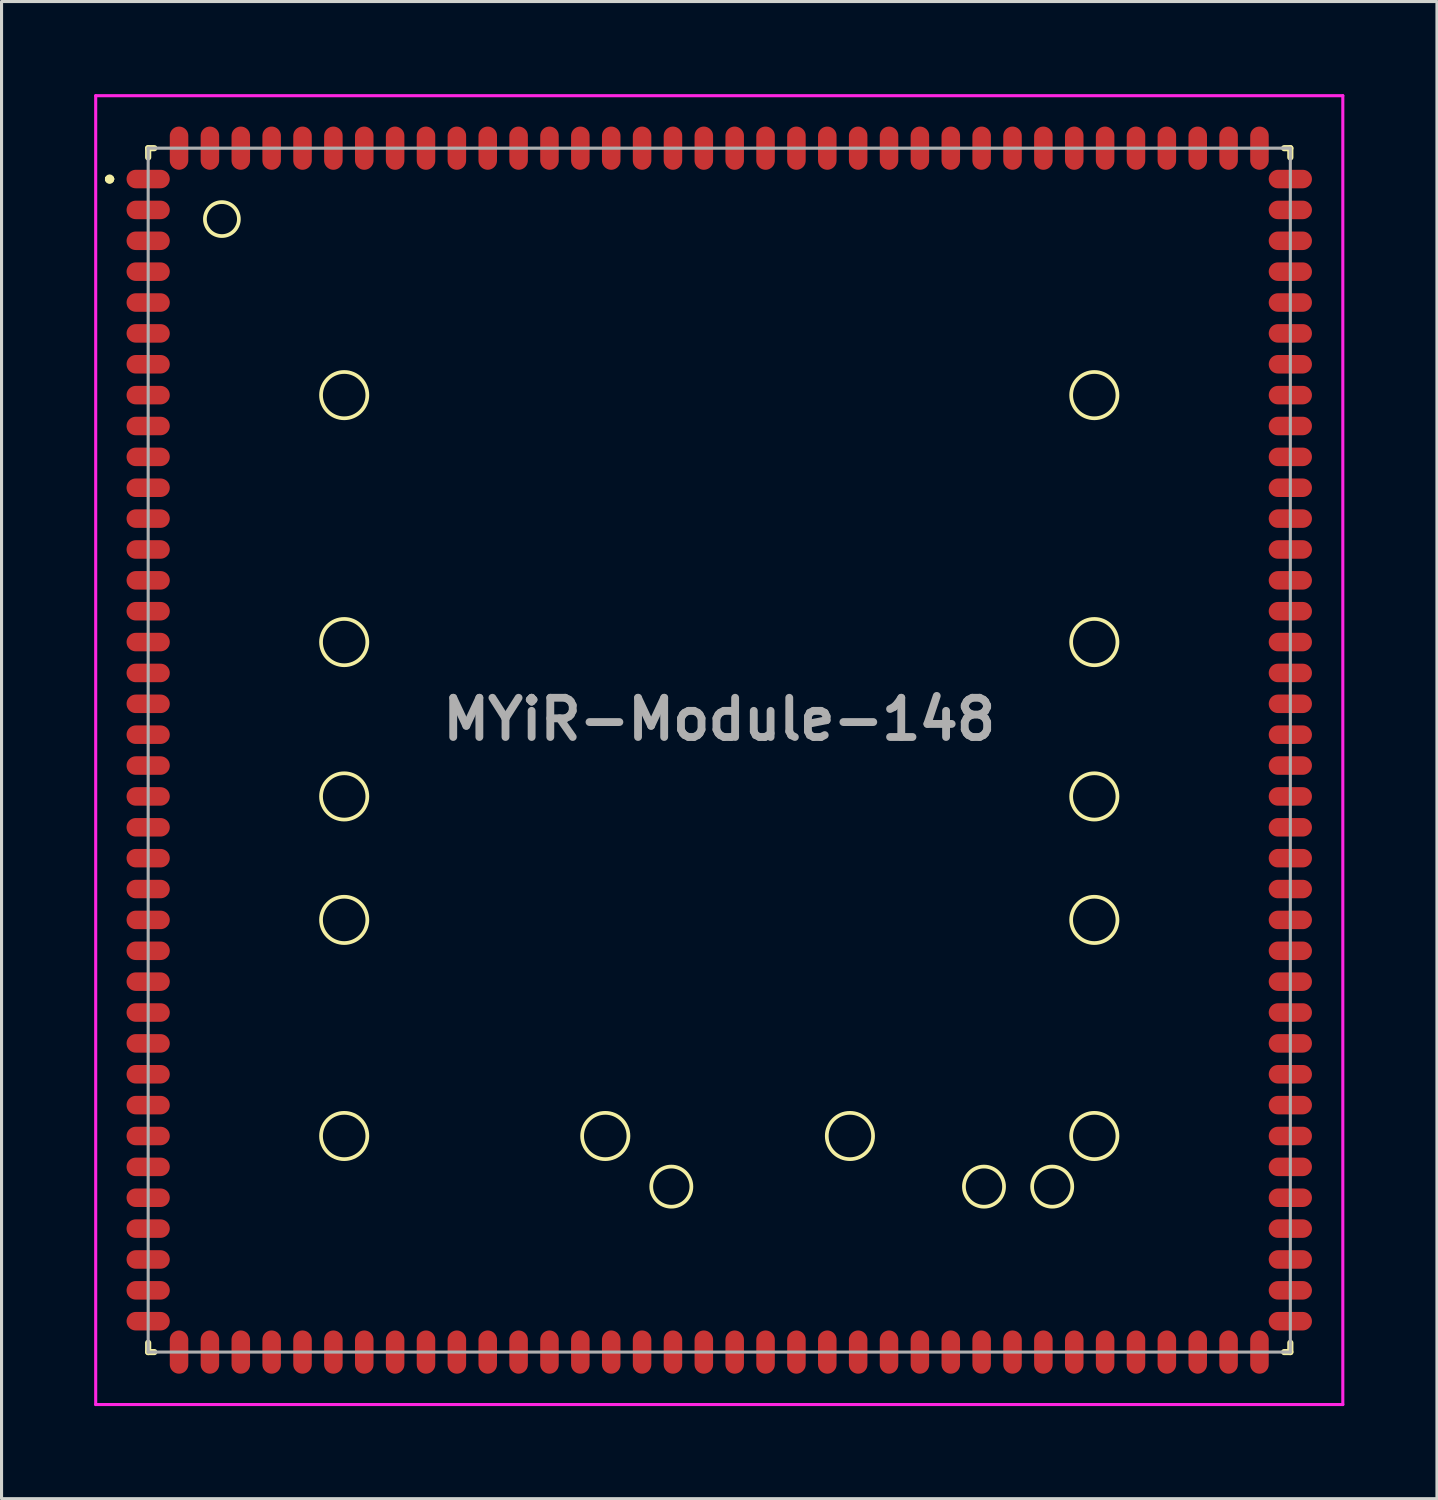
<source format=kicad_pcb>
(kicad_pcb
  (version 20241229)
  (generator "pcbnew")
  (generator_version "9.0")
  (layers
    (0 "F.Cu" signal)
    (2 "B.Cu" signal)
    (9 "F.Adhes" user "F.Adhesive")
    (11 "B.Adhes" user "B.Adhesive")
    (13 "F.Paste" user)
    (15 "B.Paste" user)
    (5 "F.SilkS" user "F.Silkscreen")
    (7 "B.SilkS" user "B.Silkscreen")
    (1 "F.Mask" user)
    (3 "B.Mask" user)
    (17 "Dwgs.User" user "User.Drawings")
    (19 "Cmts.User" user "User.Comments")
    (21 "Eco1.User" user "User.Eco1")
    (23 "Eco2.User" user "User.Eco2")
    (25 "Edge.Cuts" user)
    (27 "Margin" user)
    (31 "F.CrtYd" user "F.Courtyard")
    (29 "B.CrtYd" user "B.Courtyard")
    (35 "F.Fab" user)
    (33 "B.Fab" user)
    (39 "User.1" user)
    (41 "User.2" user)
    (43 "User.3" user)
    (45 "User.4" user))
  (footprint "MYiR-Module-148"
    (layer "F.Cu")
    (at 20.25 21.25)
    (property "Reference" "MYiR-Module-148" (at 0 -1 0) (layer "F.Fab") (effects (font (size 1.27 1.27) (thickness 0.254))))
    (attr smd)
    (fp_line (start -19.8 -18.5) (end -19.8 -18.5) (stroke (width 0.2) (type solid)) (layer "F.SilkS"))
    (fp_line (start -19.8 -18.5) (end -19.8 -18.5) (stroke (width 0.2) (type solid)) (layer "F.SilkS"))
    (fp_line (start -19.7 -18.5) (end -19.7 -18.5) (stroke (width 0.2) (type solid)) (layer "F.SilkS"))
    (fp_line (start -18.5 -19.5) (end -18.5 -19.2) (stroke (width 0.2) (type solid)) (layer "F.SilkS"))
    (fp_line (start -18.5 19.2) (end -18.5 19.5) (stroke (width 0.2) (type solid)) (layer "F.SilkS"))
    (fp_line (start -18.5 19.5) (end -18.3 19.5) (stroke (width 0.2) (type solid)) (layer "F.SilkS"))
    (fp_line (start -18.3 -19.5) (end -18.5 -19.5) (stroke (width 0.2) (type solid)) (layer "F.SilkS"))
    (fp_line (start 18.3 -19.5) (end 18.5 -19.5) (stroke (width 0.2) (type solid)) (layer "F.SilkS"))
    (fp_line (start 18.3 19.5) (end 18.5 19.5) (stroke (width 0.2) (type solid)) (layer "F.SilkS"))
    (fp_line (start 18.5 -19.5) (end 18.5 -19.2) (stroke (width 0.2) (type solid)) (layer "F.SilkS"))
    (fp_line (start 18.5 19.5) (end 18.5 19.2) (stroke (width 0.2) (type solid)) (layer "F.SilkS"))
    (fp_arc (start -19.8 -18.5) (mid -19.75 -18.55) (end -19.7 -18.5) (stroke (width 0.2) (type solid)) (layer "F.SilkS"))
    (fp_arc (start -19.7 -18.5) (mid -19.75 -18.45) (end -19.8 -18.5) (stroke (width 0.2) (type solid)) (layer "F.SilkS"))
    (fp_arc (start -19.7 -18.5) (mid -19.75 -18.45) (end -19.8 -18.5) (stroke (width 0.2) (type solid)) (layer "F.SilkS"))
    (fp_circle (center -16.112 -17.203) (end -15.562 -17.203) (stroke (width 0.12) (type solid)) (fill no) (layer "F.SilkS"))
    (fp_circle (center -12.15 -11.5) (end -11.4 -11.5) (stroke (width 0.12) (type solid)) (fill no) (layer "F.SilkS"))
    (fp_circle (center -12.15 -3.5) (end -11.4 -3.5) (stroke (width 0.12) (type solid)) (fill no) (layer "F.SilkS"))
    (fp_circle (center -12.15 1.5) (end -11.4 1.5) (stroke (width 0.12) (type solid)) (fill no) (layer "F.SilkS"))
    (fp_circle (center -12.15 5.5) (end -11.4 5.5) (stroke (width 0.12) (type solid)) (fill no) (layer "F.SilkS"))
    (fp_circle (center -12.15 12.5) (end -11.4 12.5) (stroke (width 0.12) (type solid)) (fill no) (layer "F.SilkS"))
    (fp_circle (center -3.692 12.5) (end -2.942 12.5) (stroke (width 0.12) (type solid)) (fill no) (layer "F.SilkS"))
    (fp_circle (center -1.553 14.141) (end -0.903 14.141) (stroke (width 0.12) (type solid)) (fill no) (layer "F.SilkS"))
    (fp_circle (center 4.233 12.5) (end 4.983 12.5) (stroke (width 0.12) (type solid)) (fill no) (layer "F.SilkS"))
    (fp_circle (center 8.576 14.141) (end 9.226 14.141) (stroke (width 0.12) (type solid)) (fill no) (layer "F.SilkS"))
    (fp_circle (center 10.786 14.141) (end 11.436 14.141) (stroke (width 0.12) (type solid)) (fill no) (layer "F.SilkS"))
    (fp_circle (center 12.15 -11.5) (end 12.9 -11.5) (stroke (width 0.12) (type solid)) (fill no) (layer "F.SilkS"))
    (fp_circle (center 12.15 -3.5) (end 12.9 -3.5) (stroke (width 0.12) (type solid)) (fill no) (layer "F.SilkS"))
    (fp_circle (center 12.15 1.5) (end 12.9 1.5) (stroke (width 0.12) (type solid)) (fill no) (layer "F.SilkS"))
    (fp_circle (center 12.15 5.5) (end 12.9 5.5) (stroke (width 0.12) (type solid)) (fill no) (layer "F.SilkS"))
    (fp_circle (center 12.15 12.5) (end 12.9 12.5) (stroke (width 0.12) (type solid)) (fill no) (layer "F.SilkS"))
    (fp_line (start -20.2 -21.2) (end 20.2 -21.2) (stroke (width 0.1) (type solid)) (layer "F.CrtYd"))
    (fp_line (start -20.2 21.2) (end -20.2 -21.2) (stroke (width 0.1) (type solid)) (layer "F.CrtYd"))
    (fp_line (start 20.2 -21.2) (end 20.2 21.2) (stroke (width 0.1) (type solid)) (layer "F.CrtYd"))
    (fp_line (start 20.2 21.2) (end -20.2 21.2) (stroke (width 0.1) (type solid)) (layer "F.CrtYd"))
    (fp_line (start -18.5 -19.5) (end -18.5 19.5) (stroke (width 0.1) (type solid)) (layer "F.Fab"))
    (fp_line (start -18.5 19.5) (end 18.5 19.5) (stroke (width 0.1) (type solid)) (layer "F.Fab"))
    (fp_line (start 18.5 -19.5) (end -18.5 -19.5) (stroke (width 0.1) (type solid)) (layer "F.Fab"))
    (fp_line (start 18.5 19.5) (end 18.5 -19.5) (stroke (width 0.1) (type solid)) (layer "F.Fab"))
    (pad "1" smd oval (at -18.5 -18.5 90) (size 0.6 1.4) (layers "F.Cu" "F.Mask" "F.Paste"))
    (pad "2" smd oval (at -18.5 -17.5 90) (size 0.6 1.4) (layers "F.Cu" "F.Mask" "F.Paste"))
    (pad "3" smd oval (at -18.5 -16.5 90) (size 0.6 1.4) (layers "F.Cu" "F.Mask" "F.Paste"))
    (pad "4" smd oval (at -18.5 -15.5 90) (size 0.6 1.4) (layers "F.Cu" "F.Mask" "F.Paste"))
    (pad "5" smd oval (at -18.5 -14.5 90) (size 0.6 1.4) (layers "F.Cu" "F.Mask" "F.Paste"))
    (pad "6" smd oval (at -18.5 -13.5 90) (size 0.6 1.4) (layers "F.Cu" "F.Mask" "F.Paste"))
    (pad "7" smd oval (at -18.5 -12.5 90) (size 0.6 1.4) (layers "F.Cu" "F.Mask" "F.Paste"))
    (pad "8" smd oval (at -18.5 -11.5 90) (size 0.6 1.4) (layers "F.Cu" "F.Mask" "F.Paste"))
    (pad "9" smd oval (at -18.5 -10.5 90) (size 0.6 1.4) (layers "F.Cu" "F.Mask" "F.Paste"))
    (pad "10" smd oval (at -18.5 -9.5 90) (size 0.6 1.4) (layers "F.Cu" "F.Mask" "F.Paste"))
    (pad "11" smd oval (at -18.5 -8.5 90) (size 0.6 1.4) (layers "F.Cu" "F.Mask" "F.Paste"))
    (pad "12" smd oval (at -18.5 -7.5 90) (size 0.6 1.4) (layers "F.Cu" "F.Mask" "F.Paste"))
    (pad "13" smd oval (at -18.5 -6.5 90) (size 0.6 1.4) (layers "F.Cu" "F.Mask" "F.Paste"))
    (pad "14" smd oval (at -18.5 -5.5 90) (size 0.6 1.4) (layers "F.Cu" "F.Mask" "F.Paste"))
    (pad "15" smd oval (at -18.5 -4.5 90) (size 0.6 1.4) (layers "F.Cu" "F.Mask" "F.Paste"))
    (pad "16" smd oval (at -18.5 -3.5 90) (size 0.6 1.4) (layers "F.Cu" "F.Mask" "F.Paste"))
    (pad "17" smd oval (at -18.5 -2.5 90) (size 0.6 1.4) (layers "F.Cu" "F.Mask" "F.Paste"))
    (pad "18" smd oval (at -18.5 -1.5 90) (size 0.6 1.4) (layers "F.Cu" "F.Mask" "F.Paste"))
    (pad "19" smd oval (at -18.5 -0.5 90) (size 0.6 1.4) (layers "F.Cu" "F.Mask" "F.Paste"))
    (pad "20" smd oval (at -18.5 0.5 90) (size 0.6 1.4) (layers "F.Cu" "F.Mask" "F.Paste"))
    (pad "21" smd oval (at -18.5 1.5 90) (size 0.6 1.4) (layers "F.Cu" "F.Mask" "F.Paste"))
    (pad "22" smd oval (at -18.5 2.5 90) (size 0.6 1.4) (layers "F.Cu" "F.Mask" "F.Paste"))
    (pad "23" smd oval (at -18.5 3.5 90) (size 0.6 1.4) (layers "F.Cu" "F.Mask" "F.Paste"))
    (pad "24" smd oval (at -18.5 4.5 90) (size 0.6 1.4) (layers "F.Cu" "F.Mask" "F.Paste"))
    (pad "25" smd oval (at -18.5 5.5 90) (size 0.6 1.4) (layers "F.Cu" "F.Mask" "F.Paste"))
    (pad "26" smd oval (at -18.5 6.5 90) (size 0.6 1.4) (layers "F.Cu" "F.Mask" "F.Paste"))
    (pad "27" smd oval (at -18.5 7.5 90) (size 0.6 1.4) (layers "F.Cu" "F.Mask" "F.Paste"))
    (pad "28" smd oval (at -18.5 8.5 90) (size 0.6 1.4) (layers "F.Cu" "F.Mask" "F.Paste"))
    (pad "29" smd oval (at -18.5 9.5 90) (size 0.6 1.4) (layers "F.Cu" "F.Mask" "F.Paste"))
    (pad "30" smd oval (at -18.5 10.5 90) (size 0.6 1.4) (layers "F.Cu" "F.Mask" "F.Paste"))
    (pad "31" smd oval (at -18.5 11.5 90) (size 0.6 1.4) (layers "F.Cu" "F.Mask" "F.Paste"))
    (pad "32" smd oval (at -18.5 12.5 90) (size 0.6 1.4) (layers "F.Cu" "F.Mask" "F.Paste"))
    (pad "33" smd oval (at -18.5 13.5 90) (size 0.6 1.4) (layers "F.Cu" "F.Mask" "F.Paste"))
    (pad "34" smd oval (at -18.5 14.5 90) (size 0.6 1.4) (layers "F.Cu" "F.Mask" "F.Paste"))
    (pad "35" smd oval (at -18.5 15.5 90) (size 0.6 1.4) (layers "F.Cu" "F.Mask" "F.Paste"))
    (pad "36" smd oval (at -18.5 16.5 90) (size 0.6 1.4) (layers "F.Cu" "F.Mask" "F.Paste"))
    (pad "37" smd oval (at -18.5 17.5 90) (size 0.6 1.4) (layers "F.Cu" "F.Mask" "F.Paste"))
    (pad "38" smd oval (at -18.5 18.5 90) (size 0.6 1.4) (layers "F.Cu" "F.Mask" "F.Paste"))
    (pad "39" smd oval (at -17.5 19.5) (size 0.6 1.4) (layers "F.Cu" "F.Mask" "F.Paste"))
    (pad "40" smd oval (at -16.5 19.5) (size 0.6 1.4) (layers "F.Cu" "F.Mask" "F.Paste"))
    (pad "41" smd oval (at -15.5 19.5) (size 0.6 1.4) (layers "F.Cu" "F.Mask" "F.Paste"))
    (pad "42" smd oval (at -14.5 19.5) (size 0.6 1.4) (layers "F.Cu" "F.Mask" "F.Paste"))
    (pad "43" smd oval (at -13.5 19.5) (size 0.6 1.4) (layers "F.Cu" "F.Mask" "F.Paste"))
    (pad "44" smd oval (at -12.5 19.5) (size 0.6 1.4) (layers "F.Cu" "F.Mask" "F.Paste"))
    (pad "45" smd oval (at -11.5 19.5) (size 0.6 1.4) (layers "F.Cu" "F.Mask" "F.Paste"))
    (pad "46" smd oval (at -10.5 19.5) (size 0.6 1.4) (layers "F.Cu" "F.Mask" "F.Paste"))
    (pad "47" smd oval (at -9.5 19.5) (size 0.6 1.4) (layers "F.Cu" "F.Mask" "F.Paste"))
    (pad "48" smd oval (at -8.5 19.5) (size 0.6 1.4) (layers "F.Cu" "F.Mask" "F.Paste"))
    (pad "49" smd oval (at -7.5 19.5) (size 0.6 1.4) (layers "F.Cu" "F.Mask" "F.Paste"))
    (pad "50" smd oval (at -6.5 19.5) (size 0.6 1.4) (layers "F.Cu" "F.Mask" "F.Paste"))
    (pad "51" smd oval (at -5.5 19.5) (size 0.6 1.4) (layers "F.Cu" "F.Mask" "F.Paste"))
    (pad "52" smd oval (at -4.5 19.5) (size 0.6 1.4) (layers "F.Cu" "F.Mask" "F.Paste"))
    (pad "53" smd oval (at -3.5 19.5) (size 0.6 1.4) (layers "F.Cu" "F.Mask" "F.Paste"))
    (pad "54" smd oval (at -2.5 19.5) (size 0.6 1.4) (layers "F.Cu" "F.Mask" "F.Paste"))
    (pad "55" smd oval (at -1.5 19.5) (size 0.6 1.4) (layers "F.Cu" "F.Mask" "F.Paste"))
    (pad "56" smd oval (at -0.5 19.5) (size 0.6 1.4) (layers "F.Cu" "F.Mask" "F.Paste"))
    (pad "57" smd oval (at 0.5 19.5) (size 0.6 1.4) (layers "F.Cu" "F.Mask" "F.Paste"))
    (pad "58" smd oval (at 1.5 19.5) (size 0.6 1.4) (layers "F.Cu" "F.Mask" "F.Paste"))
    (pad "59" smd oval (at 2.5 19.5) (size 0.6 1.4) (layers "F.Cu" "F.Mask" "F.Paste"))
    (pad "60" smd oval (at 3.5 19.5) (size 0.6 1.4) (layers "F.Cu" "F.Mask" "F.Paste"))
    (pad "61" smd oval (at 4.5 19.5) (size 0.6 1.4) (layers "F.Cu" "F.Mask" "F.Paste"))
    (pad "62" smd oval (at 5.5 19.5) (size 0.6 1.4) (layers "F.Cu" "F.Mask" "F.Paste"))
    (pad "63" smd oval (at 6.5 19.5) (size 0.6 1.4) (layers "F.Cu" "F.Mask" "F.Paste"))
    (pad "64" smd oval (at 7.5 19.5) (size 0.6 1.4) (layers "F.Cu" "F.Mask" "F.Paste"))
    (pad "65" smd oval (at 8.5 19.5) (size 0.6 1.4) (layers "F.Cu" "F.Mask" "F.Paste"))
    (pad "66" smd oval (at 9.5 19.5) (size 0.6 1.4) (layers "F.Cu" "F.Mask" "F.Paste"))
    (pad "67" smd oval (at 10.5 19.5) (size 0.6 1.4) (layers "F.Cu" "F.Mask" "F.Paste"))
    (pad "68" smd oval (at 11.5 19.5) (size 0.6 1.4) (layers "F.Cu" "F.Mask" "F.Paste"))
    (pad "69" smd oval (at 12.5 19.5) (size 0.6 1.4) (layers "F.Cu" "F.Mask" "F.Paste"))
    (pad "70" smd oval (at 13.5 19.5) (size 0.6 1.4) (layers "F.Cu" "F.Mask" "F.Paste"))
    (pad "71" smd oval (at 14.5 19.5) (size 0.6 1.4) (layers "F.Cu" "F.Mask" "F.Paste"))
    (pad "72" smd oval (at 15.5 19.5) (size 0.6 1.4) (layers "F.Cu" "F.Mask" "F.Paste"))
    (pad "73" smd oval (at 16.5 19.5) (size 0.6 1.4) (layers "F.Cu" "F.Mask" "F.Paste"))
    (pad "74" smd oval (at 17.5 19.5) (size 0.6 1.4) (layers "F.Cu" "F.Mask" "F.Paste"))
    (pad "75" smd oval (at 18.5 18.5 90) (size 0.6 1.4) (layers "F.Cu" "F.Mask" "F.Paste"))
    (pad "76" smd oval (at 18.5 17.5 90) (size 0.6 1.4) (layers "F.Cu" "F.Mask" "F.Paste"))
    (pad "77" smd oval (at 18.5 16.5 90) (size 0.6 1.4) (layers "F.Cu" "F.Mask" "F.Paste"))
    (pad "78" smd oval (at 18.5 15.5 90) (size 0.6 1.4) (layers "F.Cu" "F.Mask" "F.Paste"))
    (pad "79" smd oval (at 18.5 14.5 90) (size 0.6 1.4) (layers "F.Cu" "F.Mask" "F.Paste"))
    (pad "80" smd oval (at 18.5 13.5 90) (size 0.6 1.4) (layers "F.Cu" "F.Mask" "F.Paste"))
    (pad "81" smd oval (at 18.5 12.5 90) (size 0.6 1.4) (layers "F.Cu" "F.Mask" "F.Paste"))
    (pad "82" smd oval (at 18.5 11.5 90) (size 0.6 1.4) (layers "F.Cu" "F.Mask" "F.Paste"))
    (pad "83" smd oval (at 18.5 10.5 90) (size 0.6 1.4) (layers "F.Cu" "F.Mask" "F.Paste"))
    (pad "84" smd oval (at 18.5 9.5 90) (size 0.6 1.4) (layers "F.Cu" "F.Mask" "F.Paste"))
    (pad "85" smd oval (at 18.5 8.5 90) (size 0.6 1.4) (layers "F.Cu" "F.Mask" "F.Paste"))
    (pad "86" smd oval (at 18.5 7.5 90) (size 0.6 1.4) (layers "F.Cu" "F.Mask" "F.Paste"))
    (pad "87" smd oval (at 18.5 6.5 90) (size 0.6 1.4) (layers "F.Cu" "F.Mask" "F.Paste"))
    (pad "88" smd oval (at 18.5 5.5 90) (size 0.6 1.4) (layers "F.Cu" "F.Mask" "F.Paste"))
    (pad "89" smd oval (at 18.5 4.5 90) (size 0.6 1.4) (layers "F.Cu" "F.Mask" "F.Paste"))
    (pad "90" smd oval (at 18.5 3.5 90) (size 0.6 1.4) (layers "F.Cu" "F.Mask" "F.Paste"))
    (pad "91" smd oval (at 18.5 2.5 90) (size 0.6 1.4) (layers "F.Cu" "F.Mask" "F.Paste"))
    (pad "92" smd oval (at 18.5 1.5 90) (size 0.6 1.4) (layers "F.Cu" "F.Mask" "F.Paste"))
    (pad "93" smd oval (at 18.5 0.5 90) (size 0.6 1.4) (layers "F.Cu" "F.Mask" "F.Paste"))
    (pad "94" smd oval (at 18.5 -0.5 90) (size 0.6 1.4) (layers "F.Cu" "F.Mask" "F.Paste"))
    (pad "95" smd oval (at 18.5 -1.5 90) (size 0.6 1.4) (layers "F.Cu" "F.Mask" "F.Paste"))
    (pad "96" smd oval (at 18.5 -2.5 90) (size 0.6 1.4) (layers "F.Cu" "F.Mask" "F.Paste"))
    (pad "97" smd oval (at 18.5 -3.5 90) (size 0.6 1.4) (layers "F.Cu" "F.Mask" "F.Paste"))
    (pad "98" smd oval (at 18.5 -4.5 90) (size 0.6 1.4) (layers "F.Cu" "F.Mask" "F.Paste"))
    (pad "99" smd oval (at 18.5 -5.5 90) (size 0.6 1.4) (layers "F.Cu" "F.Mask" "F.Paste"))
    (pad "100" smd oval (at 18.5 -6.5 90) (size 0.6 1.4) (layers "F.Cu" "F.Mask" "F.Paste"))
    (pad "101" smd oval (at 18.5 -7.5 90) (size 0.6 1.4) (layers "F.Cu" "F.Mask" "F.Paste"))
    (pad "102" smd oval (at 18.5 -8.5 90) (size 0.6 1.4) (layers "F.Cu" "F.Mask" "F.Paste"))
    (pad "103" smd oval (at 18.5 -9.5 90) (size 0.6 1.4) (layers "F.Cu" "F.Mask" "F.Paste"))
    (pad "104" smd oval (at 18.5 -10.5 90) (size 0.6 1.4) (layers "F.Cu" "F.Mask" "F.Paste"))
    (pad "105" smd oval (at 18.5 -11.5 90) (size 0.6 1.4) (layers "F.Cu" "F.Mask" "F.Paste"))
    (pad "106" smd oval (at 18.5 -12.5 90) (size 0.6 1.4) (layers "F.Cu" "F.Mask" "F.Paste"))
    (pad "107" smd oval (at 18.5 -13.5 90) (size 0.6 1.4) (layers "F.Cu" "F.Mask" "F.Paste"))
    (pad "108" smd oval (at 18.5 -14.5 90) (size 0.6 1.4) (layers "F.Cu" "F.Mask" "F.Paste"))
    (pad "109" smd oval (at 18.5 -15.5 90) (size 0.6 1.4) (layers "F.Cu" "F.Mask" "F.Paste"))
    (pad "110" smd oval (at 18.5 -16.5 90) (size 0.6 1.4) (layers "F.Cu" "F.Mask" "F.Paste"))
    (pad "111" smd oval (at 18.5 -17.5 90) (size 0.6 1.4) (layers "F.Cu" "F.Mask" "F.Paste"))
    (pad "112" smd oval (at 18.5 -18.5 90) (size 0.6 1.4) (layers "F.Cu" "F.Mask" "F.Paste"))
    (pad "113" smd oval (at 17.5 -19.5) (size 0.6 1.4) (layers "F.Cu" "F.Mask" "F.Paste"))
    (pad "114" smd oval (at 16.5 -19.5) (size 0.6 1.4) (layers "F.Cu" "F.Mask" "F.Paste"))
    (pad "115" smd oval (at 15.5 -19.5) (size 0.6 1.4) (layers "F.Cu" "F.Mask" "F.Paste"))
    (pad "116" smd oval (at 14.5 -19.5) (size 0.6 1.4) (layers "F.Cu" "F.Mask" "F.Paste"))
    (pad "117" smd oval (at 13.5 -19.5) (size 0.6 1.4) (layers "F.Cu" "F.Mask" "F.Paste"))
    (pad "118" smd oval (at 12.5 -19.5) (size 0.6 1.4) (layers "F.Cu" "F.Mask" "F.Paste"))
    (pad "119" smd oval (at 11.5 -19.5) (size 0.6 1.4) (layers "F.Cu" "F.Mask" "F.Paste"))
    (pad "120" smd oval (at 10.5 -19.5) (size 0.6 1.4) (layers "F.Cu" "F.Mask" "F.Paste"))
    (pad "121" smd oval (at 9.5 -19.5) (size 0.6 1.4) (layers "F.Cu" "F.Mask" "F.Paste"))
    (pad "122" smd oval (at 8.5 -19.5) (size 0.6 1.4) (layers "F.Cu" "F.Mask" "F.Paste"))
    (pad "123" smd oval (at 7.5 -19.5) (size 0.6 1.4) (layers "F.Cu" "F.Mask" "F.Paste"))
    (pad "124" smd oval (at 6.5 -19.5) (size 0.6 1.4) (layers "F.Cu" "F.Mask" "F.Paste"))
    (pad "125" smd oval (at 5.5 -19.5) (size 0.6 1.4) (layers "F.Cu" "F.Mask" "F.Paste"))
    (pad "126" smd oval (at 4.5 -19.5) (size 0.6 1.4) (layers "F.Cu" "F.Mask" "F.Paste"))
    (pad "127" smd oval (at 3.5 -19.5) (size 0.6 1.4) (layers "F.Cu" "F.Mask" "F.Paste"))
    (pad "128" smd oval (at 2.5 -19.5) (size 0.6 1.4) (layers "F.Cu" "F.Mask" "F.Paste"))
    (pad "129" smd oval (at 1.5 -19.5) (size 0.6 1.4) (layers "F.Cu" "F.Mask" "F.Paste"))
    (pad "130" smd oval (at 0.5 -19.5) (size 0.6 1.4) (layers "F.Cu" "F.Mask" "F.Paste"))
    (pad "131" smd oval (at -0.5 -19.5) (size 0.6 1.4) (layers "F.Cu" "F.Mask" "F.Paste"))
    (pad "132" smd oval (at -1.5 -19.5) (size 0.6 1.4) (layers "F.Cu" "F.Mask" "F.Paste"))
    (pad "133" smd oval (at -2.5 -19.5) (size 0.6 1.4) (layers "F.Cu" "F.Mask" "F.Paste"))
    (pad "134" smd oval (at -3.5 -19.5) (size 0.6 1.4) (layers "F.Cu" "F.Mask" "F.Paste"))
    (pad "135" smd oval (at -4.5 -19.5) (size 0.6 1.4) (layers "F.Cu" "F.Mask" "F.Paste"))
    (pad "136" smd oval (at -5.5 -19.5) (size 0.6 1.4) (layers "F.Cu" "F.Mask" "F.Paste"))
    (pad "137" smd oval (at -6.5 -19.5) (size 0.6 1.4) (layers "F.Cu" "F.Mask" "F.Paste"))
    (pad "138" smd oval (at -7.5 -19.5) (size 0.6 1.4) (layers "F.Cu" "F.Mask" "F.Paste"))
    (pad "139" smd oval (at -8.5 -19.5) (size 0.6 1.4) (layers "F.Cu" "F.Mask" "F.Paste"))
    (pad "140" smd oval (at -9.5 -19.5) (size 0.6 1.4) (layers "F.Cu" "F.Mask" "F.Paste"))
    (pad "141" smd oval (at -10.5 -19.5) (size 0.6 1.4) (layers "F.Cu" "F.Mask" "F.Paste"))
    (pad "142" smd oval (at -11.5 -19.5) (size 0.6 1.4) (layers "F.Cu" "F.Mask" "F.Paste"))
    (pad "143" smd oval (at -12.5 -19.5) (size 0.6 1.4) (layers "F.Cu" "F.Mask" "F.Paste"))
    (pad "144" smd oval (at -13.5 -19.5) (size 0.6 1.4) (layers "F.Cu" "F.Mask" "F.Paste"))
    (pad "145" smd oval (at -14.5 -19.5) (size 0.6 1.4) (layers "F.Cu" "F.Mask" "F.Paste"))
    (pad "146" smd oval (at -15.5 -19.5) (size 0.6 1.4) (layers "F.Cu" "F.Mask" "F.Paste"))
    (pad "147" smd oval (at -16.5 -19.5) (size 0.6 1.4) (layers "F.Cu" "F.Mask" "F.Paste"))
    (pad "148" smd oval (at -17.5 -19.5) (size 0.6 1.4) (layers "F.Cu" "F.Mask" "F.Paste"))
    (zone (net_name "") (layers "F.Cu" "F.Mask" "F.SilkS" "F.Adhes" "F.Paste") (hatch edge 0.508) (connect_pads) (min_thickness 0.254) (filled_areas_thickness no) (keepout (tracks not_allowed) (vias not_allowed) (pads not_allowed) (copperpour not_allowed) (footprints not_allowed)) (placement (enabled no)) (fill) (polygon (pts (xy 4.692 4.047) (xy 4.673 3.903) (xy 4.618 3.77) (xy 4.53 3.655) (xy 4.415 3.567) (xy 4.281 3.511) (xy 4.138 3.492) (xy 3.994 3.511) (xy 3.86 3.567) (xy 3.745 3.655) (xy 3.657 3.77) (xy 3.602 3.903) (xy 3.583 4.047) (xy 3.602 4.191) (xy 3.657 4.324) (xy 3.745 4.439) (xy 3.86 4.527) (xy 3.994 4.583) (xy 4.138 4.602) (xy 4.281 4.583) (xy 4.415 4.527) (xy 4.53 4.439) (xy 4.618 4.324) (xy 4.673 4.191))))
    (zone (net_name "") (layers "F.Cu" "F.Mask" "F.SilkS" "F.Adhes" "F.Paste") (hatch edge 0.508) (connect_pads) (min_thickness 0.254) (filled_areas_thickness no) (keepout (tracks not_allowed) (vias not_allowed) (pads not_allowed) (copperpour not_allowed) (footprints not_allowed)) (placement (enabled no)) (fill) (polygon (pts (xy 19.352 35.391) (xy 19.333 35.234) (xy 19.278 35.087) (xy 19.189 34.958) (xy 19.071 34.853) (xy 18.932 34.779) (xy 18.779 34.741) (xy 18.622 34.74) (xy 18.469 34.777) (xy 18.329 34.849) (xy 18.211 34.952) (xy 18.12 35.081) (xy 18.063 35.228) (xy 18.043 35.384) (xy 18.06 35.54) (xy 18.114 35.688) (xy 18.202 35.818) (xy 18.318 35.924) (xy 18.456 35.999) (xy 18.609 36.039) (xy 18.766 36.042) (xy 18.919 36.007) (xy 19.06 35.936) (xy 19.179 35.834) (xy 19.271 35.706) (xy 19.33 35.56) (xy 19.352 35.404))))
    (zone (net_name "") (layers "F.Cu" "F.Mask" "F.SilkS" "F.Adhes" "F.Paste") (hatch edge 0.508) (connect_pads) (min_thickness 0.254) (filled_areas_thickness no) (keepout (tracks not_allowed) (vias not_allowed) (pads not_allowed) (copperpour not_allowed) (footprints not_allowed)) (placement (enabled no)) (fill) (polygon (pts (xy 29.481 35.391) (xy 29.462 35.234) (xy 29.407 35.087) (xy 29.318 34.958) (xy 29.2 34.853) (xy 29.061 34.779) (xy 28.908 34.741) (xy 28.751 34.74) (xy 28.598 34.777) (xy 28.458 34.849) (xy 28.34 34.952) (xy 28.249 35.081) (xy 28.192 35.228) (xy 28.172 35.384) (xy 28.189 35.54) (xy 28.243 35.688) (xy 28.331 35.818) (xy 28.447 35.924) (xy 28.585 35.999) (xy 28.738 36.039) (xy 28.895 36.042) (xy 29.048 36.007) (xy 29.189 35.936) (xy 29.308 35.834) (xy 29.4 35.706) (xy 29.459 35.56) (xy 29.481 35.404))))
    (zone (net_name "") (layers "F.Cu" "F.Mask" "F.SilkS" "F.Adhes" "F.Paste") (hatch edge 0.508) (connect_pads) (min_thickness 0.254) (filled_areas_thickness no) (keepout (tracks not_allowed) (vias not_allowed) (pads not_allowed) (copperpour not_allowed) (footprints not_allowed)) (placement (enabled no)) (fill) (polygon (pts (xy 31.691 35.391) (xy 31.672 35.234) (xy 31.616 35.087) (xy 31.527 34.958) (xy 31.41 34.853) (xy 31.271 34.779) (xy 31.118 34.741) (xy 30.961 34.74) (xy 30.808 34.777) (xy 30.668 34.849) (xy 30.55 34.952) (xy 30.459 35.081) (xy 30.402 35.228) (xy 30.381 35.384) (xy 30.399 35.54) (xy 30.453 35.688) (xy 30.541 35.818) (xy 30.657 35.924) (xy 30.795 35.999) (xy 30.947 36.039) (xy 31.105 36.042) (xy 31.258 36.007) (xy 31.399 35.936) (xy 31.518 35.834) (xy 31.61 35.706) (xy 31.669 35.56) (xy 31.691 35.404))))
    (zone (net_name "") (layers "F.Cu" "F.Mask" "F.SilkS" "F.Adhes" "F.Paste") (hatch edge 0.508) (connect_pads) (min_thickness 0.254) (filled_areas_thickness no) (keepout (tracks not_allowed) (vias not_allowed) (pads not_allowed) (copperpour not_allowed) (footprints not_allowed)) (placement (enabled no)) (fill) (polygon (pts (xy 8.855 9.75) (xy 8.836 9.583) (xy 8.781 9.424) (xy 8.691 9.281) (xy 8.573 9.162) (xy 8.431 9.072) (xy 8.272 9.015) (xy 8.105 8.995) (xy 7.938 9.013) (xy 7.779 9.067) (xy 7.635 9.155) (xy 7.515 9.273) (xy 7.424 9.414) (xy 7.366 9.573) (xy 7.345 9.739) (xy 7.362 9.907) (xy 7.415 10.067) (xy 7.502 10.211) (xy 7.619 10.332) (xy 7.76 10.424) (xy 7.917 10.482) (xy 8.084 10.505) (xy 8.252 10.489) (xy 8.412 10.437) (xy 8.556 10.351) (xy 8.678 10.235) (xy 8.771 10.095) (xy 8.831 9.938) (xy 8.854 9.771))))
    (zone (net_name "") (layers "F.Cu" "F.Mask" "F.SilkS" "F.Adhes" "F.Paste") (hatch edge 0.508) (connect_pads) (min_thickness 0.254) (filled_areas_thickness no) (keepout (tracks not_allowed) (vias not_allowed) (pads not_allowed) (copperpour not_allowed) (footprints not_allowed)) (placement (enabled no)) (fill) (polygon (pts (xy 8.855 17.75) (xy 8.836 17.583) (xy 8.781 17.424) (xy 8.691 17.281) (xy 8.573 17.162) (xy 8.431 17.072) (xy 8.272 17.015) (xy 8.105 16.995) (xy 7.938 17.013) (xy 7.779 17.067) (xy 7.635 17.155) (xy 7.515 17.273) (xy 7.424 17.414) (xy 7.366 17.573) (xy 7.345 17.739) (xy 7.362 17.907) (xy 7.415 18.067) (xy 7.502 18.211) (xy 7.619 18.332) (xy 7.76 18.424) (xy 7.917 18.482) (xy 8.084 18.505) (xy 8.252 18.489) (xy 8.412 18.437) (xy 8.556 18.351) (xy 8.678 18.235) (xy 8.771 18.095) (xy 8.831 17.938) (xy 8.854 17.771))))
    (zone (net_name "") (layers "F.Cu" "F.Mask" "F.SilkS" "F.Adhes" "F.Paste") (hatch edge 0.508) (connect_pads) (min_thickness 0.254) (filled_areas_thickness no) (keepout (tracks not_allowed) (vias not_allowed) (pads not_allowed) (copperpour not_allowed) (footprints not_allowed)) (placement (enabled no)) (fill) (polygon (pts (xy 8.855 22.75) (xy 8.836 22.583) (xy 8.781 22.424) (xy 8.691 22.281) (xy 8.573 22.162) (xy 8.431 22.072) (xy 8.272 22.015) (xy 8.105 21.995) (xy 7.938 22.013) (xy 7.779 22.067) (xy 7.635 22.155) (xy 7.515 22.273) (xy 7.424 22.414) (xy 7.366 22.573) (xy 7.345 22.739) (xy 7.362 22.907) (xy 7.415 23.067) (xy 7.502 23.211) (xy 7.619 23.332) (xy 7.76 23.424) (xy 7.917 23.482) (xy 8.084 23.505) (xy 8.252 23.489) (xy 8.412 23.437) (xy 8.556 23.351) (xy 8.678 23.235) (xy 8.771 23.095) (xy 8.831 22.938) (xy 8.854 22.771))))
    (zone (net_name "") (layers "F.Cu" "F.Mask" "F.SilkS" "F.Adhes" "F.Paste") (hatch edge 0.508) (connect_pads) (min_thickness 0.254) (filled_areas_thickness no) (keepout (tracks not_allowed) (vias not_allowed) (pads not_allowed) (copperpour not_allowed) (footprints not_allowed)) (placement (enabled no)) (fill) (polygon (pts (xy 8.855 26.75) (xy 8.836 26.583) (xy 8.781 26.424) (xy 8.691 26.281) (xy 8.573 26.162) (xy 8.431 26.072) (xy 8.272 26.015) (xy 8.105 25.995) (xy 7.938 26.013) (xy 7.779 26.067) (xy 7.635 26.155) (xy 7.515 26.273) (xy 7.424 26.414) (xy 7.366 26.573) (xy 7.345 26.739) (xy 7.362 26.907) (xy 7.415 27.067) (xy 7.502 27.211) (xy 7.619 27.332) (xy 7.76 27.424) (xy 7.917 27.482) (xy 8.084 27.505) (xy 8.252 27.489) (xy 8.412 27.437) (xy 8.556 27.351) (xy 8.678 27.235) (xy 8.771 27.095) (xy 8.831 26.938) (xy 8.854 26.771))))
    (zone (net_name "") (layers "F.Cu" "F.Mask" "F.SilkS" "F.Adhes" "F.Paste") (hatch edge 0.508) (connect_pads) (min_thickness 0.254) (filled_areas_thickness no) (keepout (tracks not_allowed) (vias not_allowed) (pads not_allowed) (copperpour not_allowed) (footprints not_allowed)) (placement (enabled no)) (fill) (polygon (pts (xy 8.855 33.75) (xy 8.836 33.583) (xy 8.781 33.424) (xy 8.691 33.281) (xy 8.573 33.162) (xy 8.431 33.072) (xy 8.272 33.015) (xy 8.105 32.995) (xy 7.938 33.013) (xy 7.779 33.067) (xy 7.635 33.155) (xy 7.515 33.273) (xy 7.424 33.414) (xy 7.366 33.573) (xy 7.345 33.739) (xy 7.362 33.907) (xy 7.415 34.067) (xy 7.502 34.211) (xy 7.619 34.332) (xy 7.76 34.424) (xy 7.917 34.482) (xy 8.084 34.505) (xy 8.252 34.489) (xy 8.412 34.437) (xy 8.556 34.351) (xy 8.678 34.235) (xy 8.771 34.095) (xy 8.831 33.938) (xy 8.854 33.771))))
    (zone (net_name "") (layers "F.Cu" "F.Mask" "F.SilkS" "F.Adhes" "F.Paste") (hatch edge 0.508) (connect_pads) (min_thickness 0.254) (filled_areas_thickness no) (keepout (tracks not_allowed) (vias not_allowed) (pads not_allowed) (copperpour not_allowed) (footprints not_allowed)) (placement (enabled no)) (fill) (polygon (pts (xy 17.313 33.75) (xy 17.294 33.583) (xy 17.239 33.424) (xy 17.15 33.281) (xy 17.031 33.162) (xy 16.889 33.072) (xy 16.731 33.015) (xy 16.563 32.995) (xy 16.396 33.013) (xy 16.237 33.067) (xy 16.094 33.155) (xy 15.973 33.273) (xy 15.882 33.414) (xy 15.825 33.573) (xy 15.804 33.739) (xy 15.82 33.907) (xy 15.873 34.067) (xy 15.96 34.211) (xy 16.077 34.332) (xy 16.218 34.424) (xy 16.376 34.482) (xy 16.542 34.505) (xy 16.71 34.489) (xy 16.87 34.437) (xy 17.015 34.351) (xy 17.136 34.235) (xy 17.229 34.095) (xy 17.289 33.938) (xy 17.313 33.771))))
    (zone (net_name "") (layers "F.Cu" "F.Mask" "F.SilkS" "F.Adhes" "F.Paste") (hatch edge 0.508) (connect_pads) (min_thickness 0.254) (filled_areas_thickness no) (keepout (tracks not_allowed) (vias not_allowed) (pads not_allowed) (copperpour not_allowed) (footprints not_allowed)) (placement (enabled no)) (fill) (polygon (pts (xy 25.238 33.75) (xy 25.219 33.583) (xy 25.164 33.424) (xy 25.074 33.281) (xy 24.956 33.162) (xy 24.814 33.072) (xy 24.655 33.015) (xy 24.488 32.995) (xy 24.321 33.013) (xy 24.162 33.067) (xy 24.018 33.155) (xy 23.898 33.273) (xy 23.807 33.414) (xy 23.749 33.573) (xy 23.728 33.739) (xy 23.745 33.907) (xy 23.798 34.067) (xy 23.885 34.211) (xy 24.002 34.332) (xy 24.143 34.424) (xy 24.3 34.482) (xy 24.467 34.505) (xy 24.635 34.489) (xy 24.795 34.437) (xy 24.939 34.351) (xy 25.061 34.235) (xy 25.154 34.095) (xy 25.214 33.938) (xy 25.237 33.771))))
    (zone (net_name "") (layers "F.Cu" "F.Mask" "F.SilkS" "F.Adhes" "F.Paste") (hatch edge 0.508) (connect_pads) (min_thickness 0.254) (filled_areas_thickness no) (keepout (tracks not_allowed) (vias not_allowed) (pads not_allowed) (copperpour not_allowed) (footprints not_allowed)) (placement (enabled no)) (fill) (polygon (pts (xy 33.155 9.75) (xy 33.136 9.583) (xy 33.081 9.424) (xy 32.991 9.281) (xy 32.873 9.162) (xy 32.731 9.072) (xy 32.572 9.015) (xy 32.405 8.995) (xy 32.238 9.013) (xy 32.079 9.067) (xy 31.935 9.155) (xy 31.815 9.273) (xy 31.724 9.414) (xy 31.666 9.573) (xy 31.645 9.739) (xy 31.662 9.907) (xy 31.715 10.067) (xy 31.802 10.211) (xy 31.919 10.332) (xy 32.06 10.424) (xy 32.217 10.482) (xy 32.384 10.505) (xy 32.552 10.489) (xy 32.712 10.437) (xy 32.856 10.351) (xy 32.978 10.235) (xy 33.071 10.095) (xy 33.131 9.938) (xy 33.154 9.771))))
    (zone (net_name "") (layers "F.Cu" "F.Mask" "F.SilkS" "F.Adhes" "F.Paste") (hatch edge 0.508) (connect_pads) (min_thickness 0.254) (filled_areas_thickness no) (keepout (tracks not_allowed) (vias not_allowed) (pads not_allowed) (copperpour not_allowed) (footprints not_allowed)) (placement (enabled no)) (fill) (polygon (pts (xy 33.155 17.75) (xy 33.136 17.583) (xy 33.081 17.424) (xy 32.991 17.281) (xy 32.873 17.162) (xy 32.731 17.072) (xy 32.572 17.015) (xy 32.405 16.995) (xy 32.238 17.013) (xy 32.079 17.067) (xy 31.935 17.155) (xy 31.815 17.273) (xy 31.724 17.414) (xy 31.666 17.573) (xy 31.645 17.739) (xy 31.662 17.907) (xy 31.715 18.067) (xy 31.802 18.211) (xy 31.919 18.332) (xy 32.06 18.424) (xy 32.217 18.482) (xy 32.384 18.505) (xy 32.552 18.489) (xy 32.712 18.437) (xy 32.856 18.351) (xy 32.978 18.235) (xy 33.071 18.095) (xy 33.131 17.938) (xy 33.154 17.771))))
    (zone (net_name "") (layers "F.Cu" "F.Mask" "F.SilkS" "F.Adhes" "F.Paste") (hatch edge 0.508) (connect_pads) (min_thickness 0.254) (filled_areas_thickness no) (keepout (tracks not_allowed) (vias not_allowed) (pads not_allowed) (copperpour not_allowed) (footprints not_allowed)) (placement (enabled no)) (fill) (polygon (pts (xy 33.155 22.75) (xy 33.136 22.583) (xy 33.081 22.424) (xy 32.991 22.281) (xy 32.873 22.162) (xy 32.731 22.072) (xy 32.572 22.015) (xy 32.405 21.995) (xy 32.238 22.013) (xy 32.079 22.067) (xy 31.935 22.155) (xy 31.815 22.273) (xy 31.724 22.414) (xy 31.666 22.573) (xy 31.645 22.739) (xy 31.662 22.907) (xy 31.715 23.067) (xy 31.802 23.211) (xy 31.919 23.332) (xy 32.06 23.424) (xy 32.217 23.482) (xy 32.384 23.505) (xy 32.552 23.489) (xy 32.712 23.437) (xy 32.856 23.351) (xy 32.978 23.235) (xy 33.071 23.095) (xy 33.131 22.938) (xy 33.154 22.771))))
    (zone (net_name "") (layers "F.Cu" "F.Mask" "F.SilkS" "F.Adhes" "F.Paste") (hatch edge 0.508) (connect_pads) (min_thickness 0.254) (filled_areas_thickness no) (keepout (tracks not_allowed) (vias not_allowed) (pads not_allowed) (copperpour not_allowed) (footprints not_allowed)) (placement (enabled no)) (fill) (polygon (pts (xy 33.155 26.75) (xy 33.136 26.583) (xy 33.081 26.424) (xy 32.991 26.281) (xy 32.873 26.162) (xy 32.731 26.072) (xy 32.572 26.015) (xy 32.405 25.995) (xy 32.238 26.013) (xy 32.079 26.067) (xy 31.935 26.155) (xy 31.815 26.273) (xy 31.724 26.414) (xy 31.666 26.573) (xy 31.645 26.739) (xy 31.662 26.907) (xy 31.715 27.067) (xy 31.802 27.211) (xy 31.919 27.332) (xy 32.06 27.424) (xy 32.217 27.482) (xy 32.384 27.505) (xy 32.552 27.489) (xy 32.712 27.437) (xy 32.856 27.351) (xy 32.978 27.235) (xy 33.071 27.095) (xy 33.131 26.938) (xy 33.154 26.771))))
    (zone (net_name "") (layers "F.Cu" "F.Mask" "F.SilkS" "F.Adhes" "F.Paste") (hatch edge 0.508) (connect_pads) (min_thickness 0.254) (filled_areas_thickness no) (keepout (tracks not_allowed) (vias not_allowed) (pads not_allowed) (copperpour not_allowed) (footprints not_allowed)) (placement (enabled no)) (fill) (polygon (pts (xy 33.155 33.75) (xy 33.136 33.583) (xy 33.081 33.424) (xy 32.991 33.281) (xy 32.873 33.162) (xy 32.731 33.072) (xy 32.572 33.015) (xy 32.405 32.995) (xy 32.238 33.013) (xy 32.079 33.067) (xy 31.935 33.155) (xy 31.815 33.273) (xy 31.724 33.414) (xy 31.666 33.573) (xy 31.645 33.739) (xy 31.662 33.907) (xy 31.715 34.067) (xy 31.802 34.211) (xy 31.919 34.332) (xy 32.06 34.424) (xy 32.217 34.482) (xy 32.384 34.505) (xy 32.552 34.489) (xy 32.712 34.437) (xy 32.856 34.351) (xy 32.978 34.235) (xy 33.071 34.095) (xy 33.131 33.938) (xy 33.154 33.771)))))
  (gr_rect
    (start -3 -3)
    (end 43.5 45.5)
    (stroke (width 0.1) (type default))
    (fill no)
    (layer "Edge.Cuts")))
</source>
